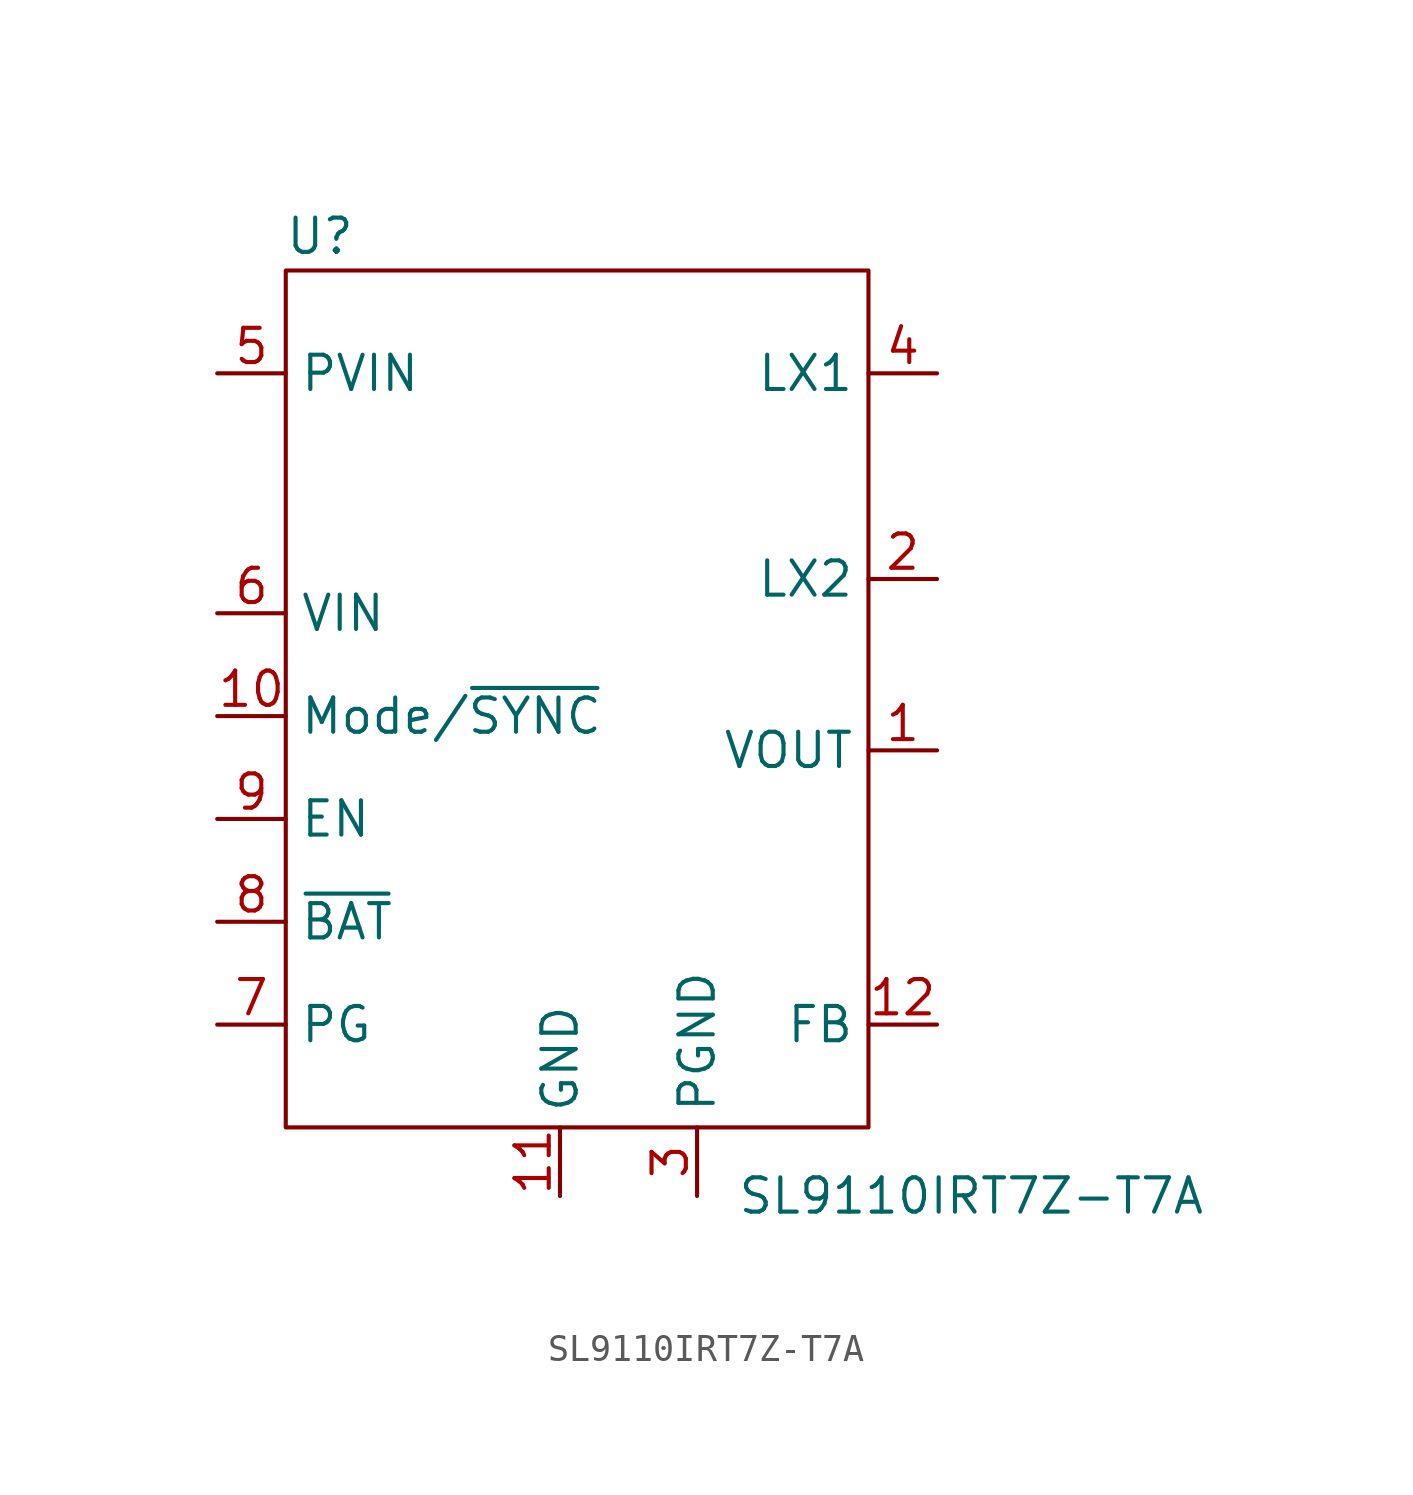
<source format=kicad_sym>
(kicad_symbol_lib
  (version 20211014)
  (generator kicad_symbol_editor)
  (symbol "SL9110IRT7Z-T7A"
    (property "Reference" "U"
      (at 1.27 1.27 0)
      (effects (font (size 1.27 1.27))))
    (property "Value" "SL9110IRT7Z-T7A"
      (at 25.4 -34.29 0)
      (effects (font (size 1.27 1.27))))
    (symbol "SL9110IRT7Z-T7A_0_1"
      (rectangle (start 0 0) (end 21.59 -31.75) (stroke (width 0) (type default) (color 0 0 0 0)) (fill (type none))))
    (symbol "SL9110IRT7Z-T7A_1_1"
      (pin output line (at 24.13 -17.78 180) (length 2.54) (name "VOUT" (effects (font (size 1.27 1.27)))) (number "1" (effects (font (size 1.27 1.27)))))
      (pin input line (at -2.54 -16.51 0) (length 2.54) (name "Mode/~{SYNC}" (effects (font (size 1.27 1.27)))) (number "10" (effects (font (size 1.27 1.27)))))
      (pin power_out line (at 10.16 -34.29 90) (length 2.54) (name "GND" (effects (font (size 1.27 1.27)))) (number "11" (effects (font (size 1.27 1.27)))))
      (pin input line (at 24.13 -27.94 180) (length 2.54) (name "FB" (effects (font (size 1.27 1.27)))) (number "12" (effects (font (size 1.27 1.27)))))
      (pin no_connect line (at 6.35 -34.29 90) (length 2.54) hide (name "PAD" (effects (font (size 1.27 1.27)))) (number "13" (effects (font (size 1.27 1.27)))))
      (pin power_out line (at 24.13 -11.43 180) (length 2.54) (name "LX2" (effects (font (size 1.27 1.27)))) (number "2" (effects (font (size 1.27 1.27)))))
      (pin power_out line (at 15.24 -34.29 90) (length 2.54) (name "PGND" (effects (font (size 1.27 1.27)))) (number "3" (effects (font (size 1.27 1.27)))))
      (pin power_out line (at 24.13 -3.81 180) (length 2.54) (name "LX1" (effects (font (size 1.27 1.27)))) (number "4" (effects (font (size 1.27 1.27)))))
      (pin power_in line (at -2.54 -3.81 0) (length 2.54) (name "PVIN" (effects (font (size 1.27 1.27)))) (number "5" (effects (font (size 1.27 1.27)))))
      (pin power_in line (at -2.54 -12.7 0) (length 2.54) (name "VIN" (effects (font (size 1.27 1.27)))) (number "6" (effects (font (size 1.27 1.27)))))
      (pin open_collector line (at -2.54 -27.94 0) (length 2.54) (name "PG" (effects (font (size 1.27 1.27)))) (number "7" (effects (font (size 1.27 1.27)))))
      (pin open_collector line (at -2.54 -24.13 0) (length 2.54) (name "~{BAT}" (effects (font (size 1.27 1.27)))) (number "8" (effects (font (size 1.27 1.27)))))
      (pin input line (at -2.54 -20.32 0) (length 2.54) (name "EN" (effects (font (size 1.27 1.27)))) (number "9" (effects (font (size 1.27 1.27))))))))
</source>
